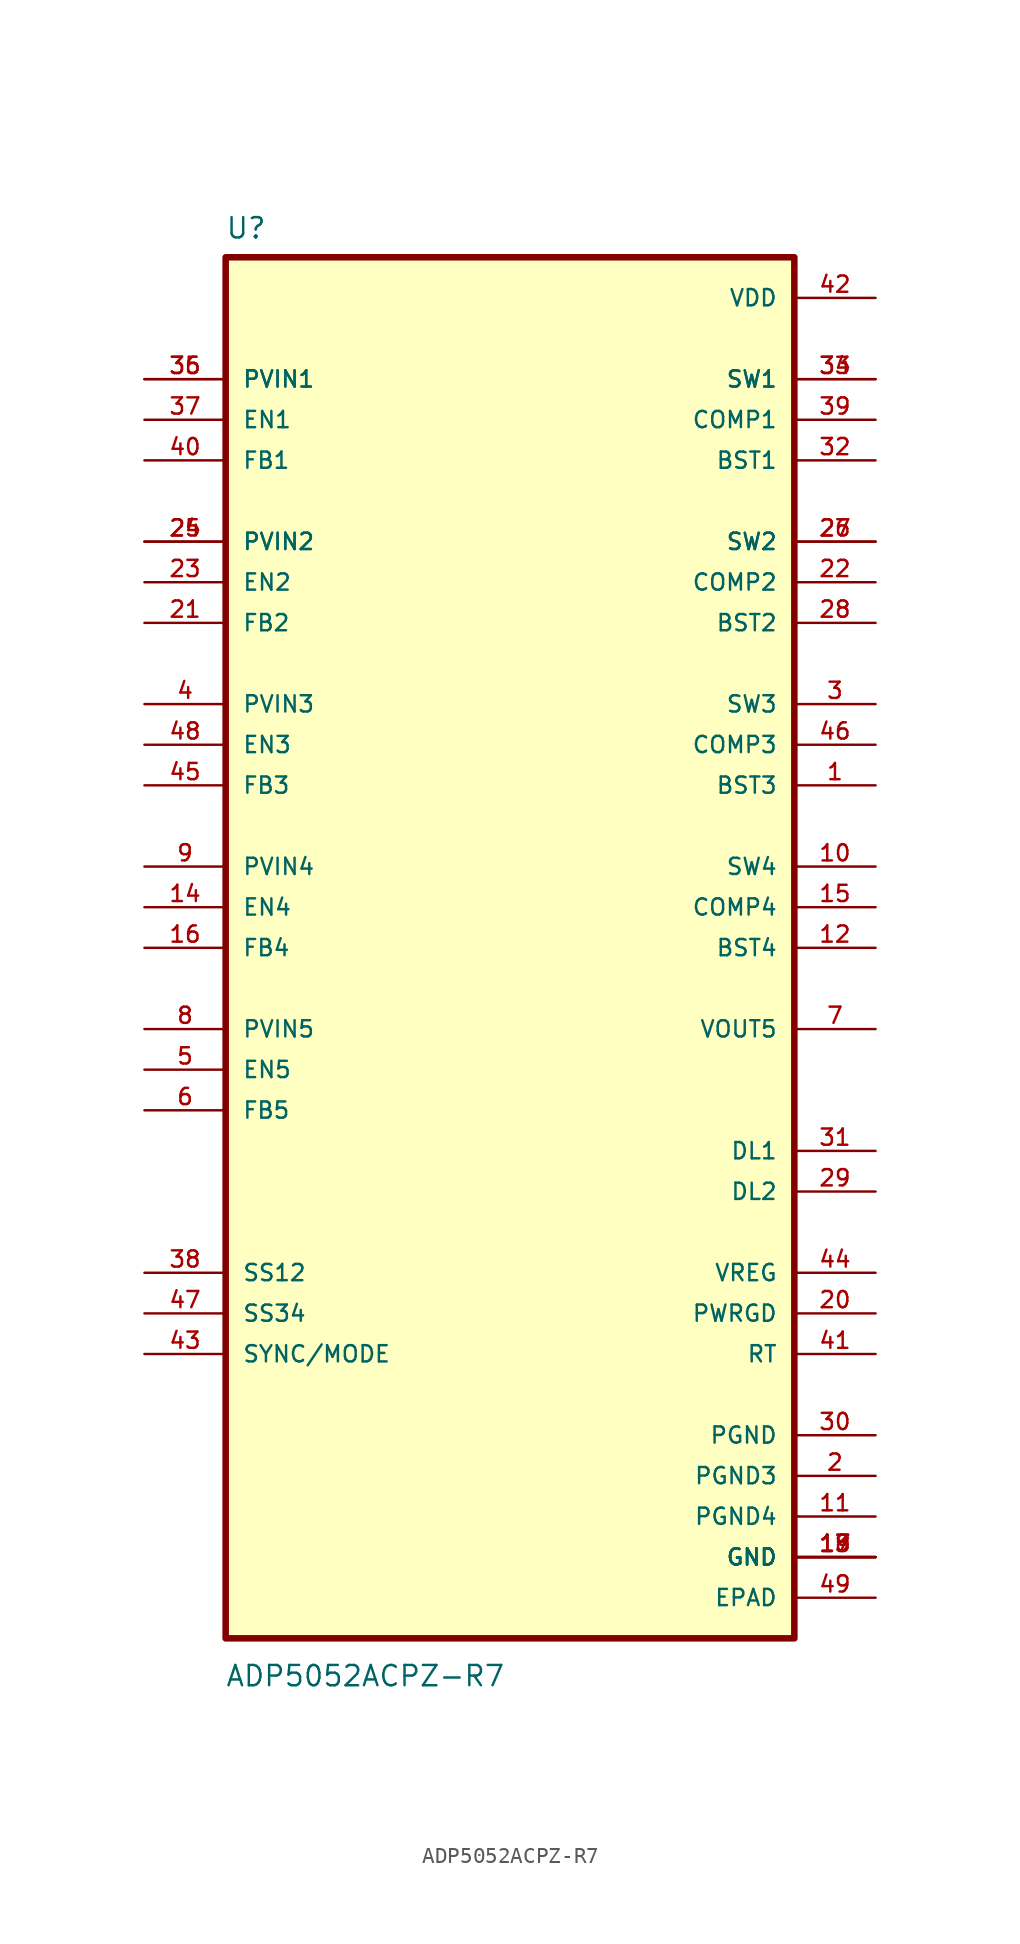
<source format=kicad_sym>
(kicad_symbol_lib
  (version 20211014)
  (generator kicad_symbol_editor)
  (symbol "ADP5052ACPZ-R7"
    (pin_names
      (offset 1.016))
    (property "Reference" "U"
      (at -17.813 44.26 0.0)
      (effects (font (size 1.27 1.27)) (justify bottom left)))
    (property "Value" "ADP5052ACPZ-R7"
      (at -17.823 -46.276 0.0)
      (effects (font (size 1.27 1.27)) (justify bottom left)))
    (symbol "ADP5052ACPZ-R7_0_0"
      (rectangle (start -17.78 -43.18) (end 17.78 43.18) (stroke (width 0.41)) (fill (type background)))
      (pin input line (at -22.86 33.02 0) (length 5.08) (name "EN1" (effects (font (size 1.016 1.016)))) (number "37" (effects (font (size 1.016 1.016)))))
      (pin input line (at -22.86 22.86 0) (length 5.08) (name "EN2" (effects (font (size 1.016 1.016)))) (number "23" (effects (font (size 1.016 1.016)))))
      (pin input line (at -22.86 2.54 0) (length 5.08) (name "EN4" (effects (font (size 1.016 1.016)))) (number "14" (effects (font (size 1.016 1.016)))))
      (pin input line (at -22.86 -7.62 0) (length 5.08) (name "EN5" (effects (font (size 1.016 1.016)))) (number "5" (effects (font (size 1.016 1.016)))))
      (pin input line (at -22.86 30.48 0) (length 5.08) (name "FB1" (effects (font (size 1.016 1.016)))) (number "40" (effects (font (size 1.016 1.016)))))
      (pin input line (at -22.86 20.32 0) (length 5.08) (name "FB2" (effects (font (size 1.016 1.016)))) (number "21" (effects (font (size 1.016 1.016)))))
      (pin input line (at -22.86 10.16 0) (length 5.08) (name "FB3" (effects (font (size 1.016 1.016)))) (number "45" (effects (font (size 1.016 1.016)))))
      (pin input line (at -22.86 0.0 0) (length 5.08) (name "FB4" (effects (font (size 1.016 1.016)))) (number "16" (effects (font (size 1.016 1.016)))))
      (pin input line (at -22.86 -10.16 0) (length 5.08) (name "FB5" (effects (font (size 1.016 1.016)))) (number "6" (effects (font (size 1.016 1.016)))))
      (pin input line (at -22.86 35.56 0) (length 5.08) (name "PVIN1" (effects (font (size 1.016 1.016)))) (number "35" (effects (font (size 1.016 1.016)))))
      (pin input line (at -22.86 35.56 0) (length 5.08) (name "PVIN1" (effects (font (size 1.016 1.016)))) (number "36" (effects (font (size 1.016 1.016)))))
      (pin input line (at -22.86 25.4 0) (length 5.08) (name "PVIN2" (effects (font (size 1.016 1.016)))) (number "24" (effects (font (size 1.016 1.016)))))
      (pin input line (at -22.86 25.4 0) (length 5.08) (name "PVIN2" (effects (font (size 1.016 1.016)))) (number "25" (effects (font (size 1.016 1.016)))))
      (pin input line (at -22.86 15.24 0) (length 5.08) (name "PVIN3" (effects (font (size 1.016 1.016)))) (number "4" (effects (font (size 1.016 1.016)))))
      (pin input line (at -22.86 5.08 0) (length 5.08) (name "PVIN4" (effects (font (size 1.016 1.016)))) (number "9" (effects (font (size 1.016 1.016)))))
      (pin input line (at -22.86 -5.08 0) (length 5.08) (name "PVIN5" (effects (font (size 1.016 1.016)))) (number "8" (effects (font (size 1.016 1.016)))))
      (pin passive line (at 22.86 -12.7 180.0) (length 5.08) (name "DL1" (effects (font (size 1.016 1.016)))) (number "31" (effects (font (size 1.016 1.016)))))
      (pin passive line (at 22.86 -15.24 180.0) (length 5.08) (name "DL2" (effects (font (size 1.016 1.016)))) (number "29" (effects (font (size 1.016 1.016)))))
      (pin passive line (at 22.86 -25.4 180.0) (length 5.08) (name "RT" (effects (font (size 1.016 1.016)))) (number "41" (effects (font (size 1.016 1.016)))))
      (pin passive line (at 22.86 30.48 180.0) (length 5.08) (name "BST1" (effects (font (size 1.016 1.016)))) (number "32" (effects (font (size 1.016 1.016)))))
      (pin passive line (at 22.86 20.32 180.0) (length 5.08) (name "BST2" (effects (font (size 1.016 1.016)))) (number "28" (effects (font (size 1.016 1.016)))))
      (pin passive line (at 22.86 10.16 180.0) (length 5.08) (name "BST3" (effects (font (size 1.016 1.016)))) (number "1" (effects (font (size 1.016 1.016)))))
      (pin passive line (at 22.86 0.0 180.0) (length 5.08) (name "BST4" (effects (font (size 1.016 1.016)))) (number "12" (effects (font (size 1.016 1.016)))))
      (pin power_in line (at 22.86 -40.64 180.0) (length 5.08) (name "EPAD" (effects (font (size 1.016 1.016)))) (number "49" (effects (font (size 1.016 1.016)))))
      (pin power_in line (at 22.86 -38.1 180.0) (length 5.08) (name "GND" (effects (font (size 1.016 1.016)))) (number "13" (effects (font (size 1.016 1.016)))))
      (pin power_in line (at 22.86 -38.1 180.0) (length 5.08) (name "GND" (effects (font (size 1.016 1.016)))) (number "17" (effects (font (size 1.016 1.016)))))
      (pin power_in line (at 22.86 -38.1 180.0) (length 5.08) (name "GND" (effects (font (size 1.016 1.016)))) (number "18" (effects (font (size 1.016 1.016)))))
      (pin power_in line (at 22.86 -38.1 180.0) (length 5.08) (name "GND" (effects (font (size 1.016 1.016)))) (number "19" (effects (font (size 1.016 1.016)))))
      (pin power_in line (at 22.86 -30.48 180.0) (length 5.08) (name "PGND" (effects (font (size 1.016 1.016)))) (number "30" (effects (font (size 1.016 1.016)))))
      (pin power_in line (at 22.86 -33.02 180.0) (length 5.08) (name "PGND3" (effects (font (size 1.016 1.016)))) (number "2" (effects (font (size 1.016 1.016)))))
      (pin power_in line (at 22.86 -35.56 180.0) (length 5.08) (name "PGND4" (effects (font (size 1.016 1.016)))) (number "11" (effects (font (size 1.016 1.016)))))
      (pin power_in line (at 22.86 40.64 180.0) (length 5.08) (name "VDD" (effects (font (size 1.016 1.016)))) (number "42" (effects (font (size 1.016 1.016)))))
      (pin output line (at 22.86 33.02 180.0) (length 5.08) (name "COMP1" (effects (font (size 1.016 1.016)))) (number "39" (effects (font (size 1.016 1.016)))))
      (pin output line (at 22.86 22.86 180.0) (length 5.08) (name "COMP2" (effects (font (size 1.016 1.016)))) (number "22" (effects (font (size 1.016 1.016)))))
      (pin output line (at 22.86 12.7 180.0) (length 5.08) (name "COMP3" (effects (font (size 1.016 1.016)))) (number "46" (effects (font (size 1.016 1.016)))))
      (pin output line (at 22.86 2.54 180.0) (length 5.08) (name "COMP4" (effects (font (size 1.016 1.016)))) (number "15" (effects (font (size 1.016 1.016)))))
      (pin output line (at 22.86 -22.86 180.0) (length 5.08) (name "PWRGD" (effects (font (size 1.016 1.016)))) (number "20" (effects (font (size 1.016 1.016)))))
      (pin output line (at 22.86 35.56 180.0) (length 5.08) (name "SW1" (effects (font (size 1.016 1.016)))) (number "33" (effects (font (size 1.016 1.016)))))
      (pin output line (at 22.86 35.56 180.0) (length 5.08) (name "SW1" (effects (font (size 1.016 1.016)))) (number "34" (effects (font (size 1.016 1.016)))))
      (pin output line (at 22.86 25.4 180.0) (length 5.08) (name "SW2" (effects (font (size 1.016 1.016)))) (number "26" (effects (font (size 1.016 1.016)))))
      (pin output line (at 22.86 25.4 180.0) (length 5.08) (name "SW2" (effects (font (size 1.016 1.016)))) (number "27" (effects (font (size 1.016 1.016)))))
      (pin output line (at 22.86 15.24 180.0) (length 5.08) (name "SW3" (effects (font (size 1.016 1.016)))) (number "3" (effects (font (size 1.016 1.016)))))
      (pin output line (at 22.86 5.08 180.0) (length 5.08) (name "SW4" (effects (font (size 1.016 1.016)))) (number "10" (effects (font (size 1.016 1.016)))))
      (pin output line (at 22.86 -5.08 180.0) (length 5.08) (name "VOUT5" (effects (font (size 1.016 1.016)))) (number "7" (effects (font (size 1.016 1.016)))))
      (pin output line (at 22.86 -20.32 180.0) (length 5.08) (name "VREG" (effects (font (size 1.016 1.016)))) (number "44" (effects (font (size 1.016 1.016)))))
      (pin bidirectional line (at -22.86 -20.32 0) (length 5.08) (name "SS12" (effects (font (size 1.016 1.016)))) (number "38" (effects (font (size 1.016 1.016)))))
      (pin bidirectional line (at -22.86 -22.86 0) (length 5.08) (name "SS34" (effects (font (size 1.016 1.016)))) (number "47" (effects (font (size 1.016 1.016)))))
      (pin bidirectional line (at -22.86 -25.4 0) (length 5.08) (name "SYNC/MODE" (effects (font (size 1.016 1.016)))) (number "43" (effects (font (size 1.016 1.016)))))
      (pin input line (at -22.86 12.7 0) (length 5.08) (name "EN3" (effects (font (size 1.016 1.016)))) (number "48" (effects (font (size 1.016 1.016))))))))
</source>
